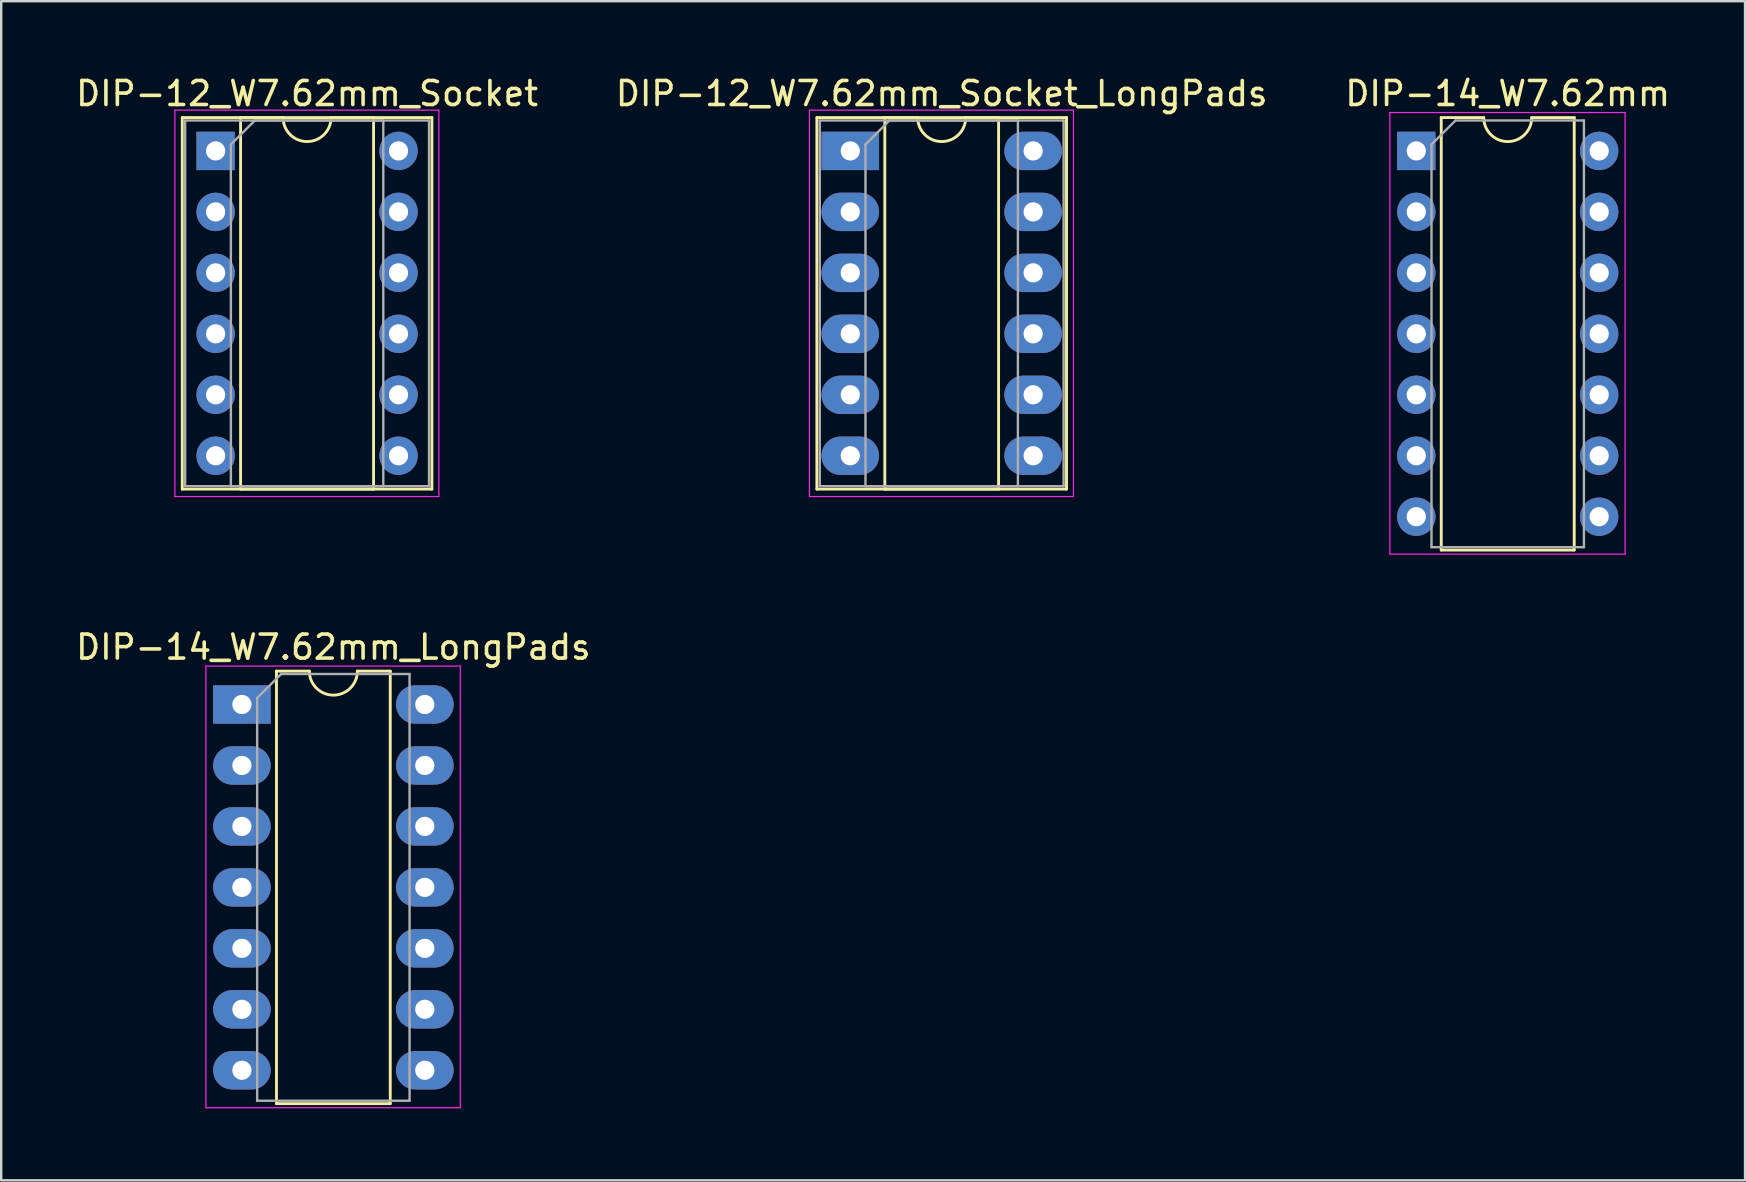
<source format=kicad_pcb>
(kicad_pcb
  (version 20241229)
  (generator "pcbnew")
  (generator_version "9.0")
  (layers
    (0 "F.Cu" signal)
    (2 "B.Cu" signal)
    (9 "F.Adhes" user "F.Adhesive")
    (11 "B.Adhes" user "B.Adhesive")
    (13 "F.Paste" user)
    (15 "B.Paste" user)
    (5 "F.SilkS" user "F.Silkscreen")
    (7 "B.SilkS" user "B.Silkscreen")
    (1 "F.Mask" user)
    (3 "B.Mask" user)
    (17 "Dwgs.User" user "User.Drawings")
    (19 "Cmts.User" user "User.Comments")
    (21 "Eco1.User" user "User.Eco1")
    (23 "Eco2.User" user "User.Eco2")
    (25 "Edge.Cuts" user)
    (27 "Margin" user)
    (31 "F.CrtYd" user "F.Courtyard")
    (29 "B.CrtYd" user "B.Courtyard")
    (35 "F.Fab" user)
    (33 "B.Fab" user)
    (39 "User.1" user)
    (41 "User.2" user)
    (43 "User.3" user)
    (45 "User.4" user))
  (footprint "DIP-12_W7.62mm_Socket_LongPads"
    (layer "F.Cu")
    (at 32.375 3.238)
    (property "Reference" "DIP-12_W7.62mm_Socket_LongPads" (at 3.81 -2.39 0) (layer "F.SilkS") (effects (font (size 1 1) (thickness 0.15))))
    (attr through_hole)
    (fp_line (start -1.39 -1.39) (end -1.39 14.09) (stroke (width 0.12) (type solid)) (layer "F.SilkS"))
    (fp_line (start -1.39 14.09) (end 9.01 14.09) (stroke (width 0.12) (type solid)) (layer "F.SilkS"))
    (fp_line (start 1.44 -1.39) (end 1.44 14.09) (stroke (width 0.12) (type solid)) (layer "F.SilkS"))
    (fp_line (start 1.44 14.09) (end 6.18 14.09) (stroke (width 0.12) (type solid)) (layer "F.SilkS"))
    (fp_line (start 2.81 -1.39) (end 1.44 -1.39) (stroke (width 0.12) (type solid)) (layer "F.SilkS"))
    (fp_line (start 6.18 -1.39) (end 4.81 -1.39) (stroke (width 0.12) (type solid)) (layer "F.SilkS"))
    (fp_line (start 6.18 14.09) (end 6.18 -1.39) (stroke (width 0.12) (type solid)) (layer "F.SilkS"))
    (fp_line (start 9.01 -1.39) (end -1.39 -1.39) (stroke (width 0.12) (type solid)) (layer "F.SilkS"))
    (fp_line (start 9.01 14.09) (end 9.01 -1.39) (stroke (width 0.12) (type solid)) (layer "F.SilkS"))
    (fp_arc (start 4.81 -1.39) (mid 3.81 -0.39) (end 2.81 -1.39) (stroke (width 0.12) (type solid)) (layer "F.SilkS"))
    (fp_line (start -1.7 -1.7) (end -1.7 14.4) (stroke (width 0.05) (type solid)) (layer "F.CrtYd"))
    (fp_line (start -1.7 14.4) (end 9.3 14.4) (stroke (width 0.05) (type solid)) (layer "F.CrtYd"))
    (fp_line (start 9.3 -1.7) (end -1.7 -1.7) (stroke (width 0.05) (type solid)) (layer "F.CrtYd"))
    (fp_line (start 9.3 14.4) (end 9.3 -1.7) (stroke (width 0.05) (type solid)) (layer "F.CrtYd"))
    (fp_line (start -1.27 -1.27) (end -1.27 13.97) (stroke (width 0.1) (type solid)) (layer "F.Fab"))
    (fp_line (start -1.27 13.97) (end 8.89 13.97) (stroke (width 0.1) (type solid)) (layer "F.Fab"))
    (fp_line (start 0.635 -0.27) (end 1.635 -1.27) (stroke (width 0.1) (type solid)) (layer "F.Fab"))
    (fp_line (start 0.635 13.97) (end 0.635 -0.27) (stroke (width 0.1) (type solid)) (layer "F.Fab"))
    (fp_line (start 1.635 -1.27) (end 6.985 -1.27) (stroke (width 0.1) (type solid)) (layer "F.Fab"))
    (fp_line (start 6.985 -1.27) (end 6.985 13.97) (stroke (width 0.1) (type solid)) (layer "F.Fab"))
    (fp_line (start 6.985 13.97) (end 0.635 13.97) (stroke (width 0.1) (type solid)) (layer "F.Fab"))
    (fp_line (start 8.89 -1.27) (end -1.27 -1.27) (stroke (width 0.1) (type solid)) (layer "F.Fab"))
    (fp_line (start 8.89 13.97) (end 8.89 -1.27) (stroke (width 0.1) (type solid)) (layer "F.Fab"))
    (pad "1" thru_hole rect (at 0 0) (size 2.4 1.6) (drill 0.8) (layers "*.Cu" "*.Mask"))
    (pad "2" thru_hole oval (at 0 2.54) (size 2.4 1.6) (drill 0.8) (layers "*.Cu" "*.Mask"))
    (pad "3" thru_hole oval (at 0 5.08) (size 2.4 1.6) (drill 0.8) (layers "*.Cu" "*.Mask"))
    (pad "4" thru_hole oval (at 0 7.62) (size 2.4 1.6) (drill 0.8) (layers "*.Cu" "*.Mask"))
    (pad "5" thru_hole oval (at 0 10.16) (size 2.4 1.6) (drill 0.8) (layers "*.Cu" "*.Mask"))
    (pad "6" thru_hole oval (at 0 12.7) (size 2.4 1.6) (drill 0.8) (layers "*.Cu" "*.Mask"))
    (pad "7" thru_hole oval (at 7.62 12.7) (size 2.4 1.6) (drill 0.8) (layers "*.Cu" "*.Mask"))
    (pad "8" thru_hole oval (at 7.62 10.16) (size 2.4 1.6) (drill 0.8) (layers "*.Cu" "*.Mask"))
    (pad "9" thru_hole oval (at 7.62 7.62) (size 2.4 1.6) (drill 0.8) (layers "*.Cu" "*.Mask"))
    (pad "10" thru_hole oval (at 7.62 5.08) (size 2.4 1.6) (drill 0.8) (layers "*.Cu" "*.Mask"))
    (pad "11" thru_hole oval (at 7.62 2.54) (size 2.4 1.6) (drill 0.8) (layers "*.Cu" "*.Mask"))
    (pad "12" thru_hole oval (at 7.62 0) (size 2.4 1.6) (drill 0.8) (layers "*.Cu" "*.Mask")))
  (footprint "DIP-14_W7.62mm"
    (layer "F.Cu")
    (at 55.958 3.238)
    (property "Reference" "DIP-14_W7.62mm" (at 3.81 -2.39 0) (layer "F.SilkS") (effects (font (size 1 1) (thickness 0.15))))
    (attr through_hole)
    (fp_line (start 1.04 -1.39) (end 1.04 16.63) (stroke (width 0.12) (type solid)) (layer "F.SilkS"))
    (fp_line (start 1.04 16.63) (end 6.58 16.63) (stroke (width 0.12) (type solid)) (layer "F.SilkS"))
    (fp_line (start 2.81 -1.39) (end 1.04 -1.39) (stroke (width 0.12) (type solid)) (layer "F.SilkS"))
    (fp_line (start 6.58 -1.39) (end 4.81 -1.39) (stroke (width 0.12) (type solid)) (layer "F.SilkS"))
    (fp_line (start 6.58 16.63) (end 6.58 -1.39) (stroke (width 0.12) (type solid)) (layer "F.SilkS"))
    (fp_arc (start 4.81 -1.39) (mid 3.81 -0.39) (end 2.81 -1.39) (stroke (width 0.12) (type solid)) (layer "F.SilkS"))
    (fp_line (start -1.1 -1.6) (end -1.1 16.8) (stroke (width 0.05) (type solid)) (layer "F.CrtYd"))
    (fp_line (start -1.1 16.8) (end 8.7 16.8) (stroke (width 0.05) (type solid)) (layer "F.CrtYd"))
    (fp_line (start 8.7 -1.6) (end -1.1 -1.6) (stroke (width 0.05) (type solid)) (layer "F.CrtYd"))
    (fp_line (start 8.7 16.8) (end 8.7 -1.6) (stroke (width 0.05) (type solid)) (layer "F.CrtYd"))
    (fp_line (start 0.635 -0.27) (end 1.635 -1.27) (stroke (width 0.1) (type solid)) (layer "F.Fab"))
    (fp_line (start 0.635 16.51) (end 0.635 -0.27) (stroke (width 0.1) (type solid)) (layer "F.Fab"))
    (fp_line (start 1.635 -1.27) (end 6.985 -1.27) (stroke (width 0.1) (type solid)) (layer "F.Fab"))
    (fp_line (start 6.985 -1.27) (end 6.985 16.51) (stroke (width 0.1) (type solid)) (layer "F.Fab"))
    (fp_line (start 6.985 16.51) (end 0.635 16.51) (stroke (width 0.1) (type solid)) (layer "F.Fab"))
    (pad "1" thru_hole rect (at 0 0) (size 1.6 1.6) (drill 0.8) (layers "*.Cu" "*.Mask"))
    (pad "2" thru_hole oval (at 0 2.54) (size 1.6 1.6) (drill 0.8) (layers "*.Cu" "*.Mask"))
    (pad "3" thru_hole oval (at 0 5.08) (size 1.6 1.6) (drill 0.8) (layers "*.Cu" "*.Mask"))
    (pad "4" thru_hole oval (at 0 7.62) (size 1.6 1.6) (drill 0.8) (layers "*.Cu" "*.Mask"))
    (pad "5" thru_hole oval (at 0 10.16) (size 1.6 1.6) (drill 0.8) (layers "*.Cu" "*.Mask"))
    (pad "6" thru_hole oval (at 0 12.7) (size 1.6 1.6) (drill 0.8) (layers "*.Cu" "*.Mask"))
    (pad "7" thru_hole oval (at 0 15.24) (size 1.6 1.6) (drill 0.8) (layers "*.Cu" "*.Mask"))
    (pad "8" thru_hole oval (at 7.62 15.24) (size 1.6 1.6) (drill 0.8) (layers "*.Cu" "*.Mask"))
    (pad "9" thru_hole oval (at 7.62 12.7) (size 1.6 1.6) (drill 0.8) (layers "*.Cu" "*.Mask"))
    (pad "10" thru_hole oval (at 7.62 10.16) (size 1.6 1.6) (drill 0.8) (layers "*.Cu" "*.Mask"))
    (pad "11" thru_hole oval (at 7.62 7.62) (size 1.6 1.6) (drill 0.8) (layers "*.Cu" "*.Mask"))
    (pad "12" thru_hole oval (at 7.62 5.08) (size 1.6 1.6) (drill 0.8) (layers "*.Cu" "*.Mask"))
    (pad "13" thru_hole oval (at 7.62 2.54) (size 1.6 1.6) (drill 0.8) (layers "*.Cu" "*.Mask"))
    (pad "14" thru_hole oval (at 7.62 0) (size 1.6 1.6) (drill 0.8) (layers "*.Cu" "*.Mask")))
  (footprint "DIP-14_W7.62mm_LongPads"
    (layer "F.Cu")
    (at 7.029 26.302)
    (property "Reference" "DIP-14_W7.62mm_LongPads" (at 3.81 -2.39 0) (layer "F.SilkS") (effects (font (size 1 1) (thickness 0.15))))
    (attr through_hole)
    (fp_line (start 1.44 -1.39) (end 1.44 16.63) (stroke (width 0.12) (type solid)) (layer "F.SilkS"))
    (fp_line (start 1.44 16.63) (end 6.18 16.63) (stroke (width 0.12) (type solid)) (layer "F.SilkS"))
    (fp_line (start 2.81 -1.39) (end 1.44 -1.39) (stroke (width 0.12) (type solid)) (layer "F.SilkS"))
    (fp_line (start 6.18 -1.39) (end 4.81 -1.39) (stroke (width 0.12) (type solid)) (layer "F.SilkS"))
    (fp_line (start 6.18 16.63) (end 6.18 -1.39) (stroke (width 0.12) (type solid)) (layer "F.SilkS"))
    (fp_arc (start 4.81 -1.39) (mid 3.81 -0.39) (end 2.81 -1.39) (stroke (width 0.12) (type solid)) (layer "F.SilkS"))
    (fp_line (start -1.5 -1.6) (end -1.5 16.8) (stroke (width 0.05) (type solid)) (layer "F.CrtYd"))
    (fp_line (start -1.5 16.8) (end 9.1 16.8) (stroke (width 0.05) (type solid)) (layer "F.CrtYd"))
    (fp_line (start 9.1 -1.6) (end -1.5 -1.6) (stroke (width 0.05) (type solid)) (layer "F.CrtYd"))
    (fp_line (start 9.1 16.8) (end 9.1 -1.6) (stroke (width 0.05) (type solid)) (layer "F.CrtYd"))
    (fp_line (start 0.635 -0.27) (end 1.635 -1.27) (stroke (width 0.1) (type solid)) (layer "F.Fab"))
    (fp_line (start 0.635 16.51) (end 0.635 -0.27) (stroke (width 0.1) (type solid)) (layer "F.Fab"))
    (fp_line (start 1.635 -1.27) (end 6.985 -1.27) (stroke (width 0.1) (type solid)) (layer "F.Fab"))
    (fp_line (start 6.985 -1.27) (end 6.985 16.51) (stroke (width 0.1) (type solid)) (layer "F.Fab"))
    (fp_line (start 6.985 16.51) (end 0.635 16.51) (stroke (width 0.1) (type solid)) (layer "F.Fab"))
    (pad "1" thru_hole rect (at 0 0) (size 2.4 1.6) (drill 0.8) (layers "*.Cu" "*.Mask"))
    (pad "2" thru_hole oval (at 0 2.54) (size 2.4 1.6) (drill 0.8) (layers "*.Cu" "*.Mask"))
    (pad "3" thru_hole oval (at 0 5.08) (size 2.4 1.6) (drill 0.8) (layers "*.Cu" "*.Mask"))
    (pad "4" thru_hole oval (at 0 7.62) (size 2.4 1.6) (drill 0.8) (layers "*.Cu" "*.Mask"))
    (pad "5" thru_hole oval (at 0 10.16) (size 2.4 1.6) (drill 0.8) (layers "*.Cu" "*.Mask"))
    (pad "6" thru_hole oval (at 0 12.7) (size 2.4 1.6) (drill 0.8) (layers "*.Cu" "*.Mask"))
    (pad "7" thru_hole oval (at 0 15.24) (size 2.4 1.6) (drill 0.8) (layers "*.Cu" "*.Mask"))
    (pad "8" thru_hole oval (at 7.62 15.24) (size 2.4 1.6) (drill 0.8) (layers "*.Cu" "*.Mask"))
    (pad "9" thru_hole oval (at 7.62 12.7) (size 2.4 1.6) (drill 0.8) (layers "*.Cu" "*.Mask"))
    (pad "10" thru_hole oval (at 7.62 10.16) (size 2.4 1.6) (drill 0.8) (layers "*.Cu" "*.Mask"))
    (pad "11" thru_hole oval (at 7.62 7.62) (size 2.4 1.6) (drill 0.8) (layers "*.Cu" "*.Mask"))
    (pad "12" thru_hole oval (at 7.62 5.08) (size 2.4 1.6) (drill 0.8) (layers "*.Cu" "*.Mask"))
    (pad "13" thru_hole oval (at 7.62 2.54) (size 2.4 1.6) (drill 0.8) (layers "*.Cu" "*.Mask"))
    (pad "14" thru_hole oval (at 7.62 0) (size 2.4 1.6) (drill 0.8) (layers "*.Cu" "*.Mask")))
  (footprint "DIP-12_W7.62mm_Socket"
    (layer "F.Cu")
    (at 5.934 3.238)
    (property "Reference" "DIP-12_W7.62mm_Socket" (at 3.81 -2.39 0) (layer "F.SilkS") (effects (font (size 1 1) (thickness 0.15))))
    (attr through_hole)
    (fp_line (start -1.39 -1.39) (end -1.39 14.09) (stroke (width 0.12) (type solid)) (layer "F.SilkS"))
    (fp_line (start -1.39 14.09) (end 9.01 14.09) (stroke (width 0.12) (type solid)) (layer "F.SilkS"))
    (fp_line (start 1.04 -1.39) (end 1.04 14.09) (stroke (width 0.12) (type solid)) (layer "F.SilkS"))
    (fp_line (start 1.04 14.09) (end 6.58 14.09) (stroke (width 0.12) (type solid)) (layer "F.SilkS"))
    (fp_line (start 2.81 -1.39) (end 1.04 -1.39) (stroke (width 0.12) (type solid)) (layer "F.SilkS"))
    (fp_line (start 6.58 -1.39) (end 4.81 -1.39) (stroke (width 0.12) (type solid)) (layer "F.SilkS"))
    (fp_line (start 6.58 14.09) (end 6.58 -1.39) (stroke (width 0.12) (type solid)) (layer "F.SilkS"))
    (fp_line (start 9.01 -1.39) (end -1.39 -1.39) (stroke (width 0.12) (type solid)) (layer "F.SilkS"))
    (fp_line (start 9.01 14.09) (end 9.01 -1.39) (stroke (width 0.12) (type solid)) (layer "F.SilkS"))
    (fp_arc (start 4.81 -1.39) (mid 3.81 -0.39) (end 2.81 -1.39) (stroke (width 0.12) (type solid)) (layer "F.SilkS"))
    (fp_line (start -1.7 -1.7) (end -1.7 14.4) (stroke (width 0.05) (type solid)) (layer "F.CrtYd"))
    (fp_line (start -1.7 14.4) (end 9.3 14.4) (stroke (width 0.05) (type solid)) (layer "F.CrtYd"))
    (fp_line (start 9.3 -1.7) (end -1.7 -1.7) (stroke (width 0.05) (type solid)) (layer "F.CrtYd"))
    (fp_line (start 9.3 14.4) (end 9.3 -1.7) (stroke (width 0.05) (type solid)) (layer "F.CrtYd"))
    (fp_line (start -1.27 -1.27) (end -1.27 13.97) (stroke (width 0.1) (type solid)) (layer "F.Fab"))
    (fp_line (start -1.27 13.97) (end 8.89 13.97) (stroke (width 0.1) (type solid)) (layer "F.Fab"))
    (fp_line (start 0.635 -0.27) (end 1.635 -1.27) (stroke (width 0.1) (type solid)) (layer "F.Fab"))
    (fp_line (start 0.635 13.97) (end 0.635 -0.27) (stroke (width 0.1) (type solid)) (layer "F.Fab"))
    (fp_line (start 1.635 -1.27) (end 6.985 -1.27) (stroke (width 0.1) (type solid)) (layer "F.Fab"))
    (fp_line (start 6.985 -1.27) (end 6.985 13.97) (stroke (width 0.1) (type solid)) (layer "F.Fab"))
    (fp_line (start 6.985 13.97) (end 0.635 13.97) (stroke (width 0.1) (type solid)) (layer "F.Fab"))
    (fp_line (start 8.89 -1.27) (end -1.27 -1.27) (stroke (width 0.1) (type solid)) (layer "F.Fab"))
    (fp_line (start 8.89 13.97) (end 8.89 -1.27) (stroke (width 0.1) (type solid)) (layer "F.Fab"))
    (pad "1" thru_hole rect (at 0 0) (size 1.6 1.6) (drill 0.8) (layers "*.Cu" "*.Mask"))
    (pad "2" thru_hole oval (at 0 2.54) (size 1.6 1.6) (drill 0.8) (layers "*.Cu" "*.Mask"))
    (pad "3" thru_hole oval (at 0 5.08) (size 1.6 1.6) (drill 0.8) (layers "*.Cu" "*.Mask"))
    (pad "4" thru_hole oval (at 0 7.62) (size 1.6 1.6) (drill 0.8) (layers "*.Cu" "*.Mask"))
    (pad "5" thru_hole oval (at 0 10.16) (size 1.6 1.6) (drill 0.8) (layers "*.Cu" "*.Mask"))
    (pad "6" thru_hole oval (at 0 12.7) (size 1.6 1.6) (drill 0.8) (layers "*.Cu" "*.Mask"))
    (pad "7" thru_hole oval (at 7.62 12.7) (size 1.6 1.6) (drill 0.8) (layers "*.Cu" "*.Mask"))
    (pad "8" thru_hole oval (at 7.62 10.16) (size 1.6 1.6) (drill 0.8) (layers "*.Cu" "*.Mask"))
    (pad "9" thru_hole oval (at 7.62 7.62) (size 1.6 1.6) (drill 0.8) (layers "*.Cu" "*.Mask"))
    (pad "10" thru_hole oval (at 7.62 5.08) (size 1.6 1.6) (drill 0.8) (layers "*.Cu" "*.Mask"))
    (pad "11" thru_hole oval (at 7.62 2.54) (size 1.6 1.6) (drill 0.8) (layers "*.Cu" "*.Mask"))
    (pad "12" thru_hole oval (at 7.62 0) (size 1.6 1.6) (drill 0.8) (layers "*.Cu" "*.Mask")))
  (gr_rect
    (start -3 -3)
    (end 69.655 46.127)
    (stroke (width 0.1) (type default))
    (fill no)
    (layer "Edge.Cuts")))
</source>
